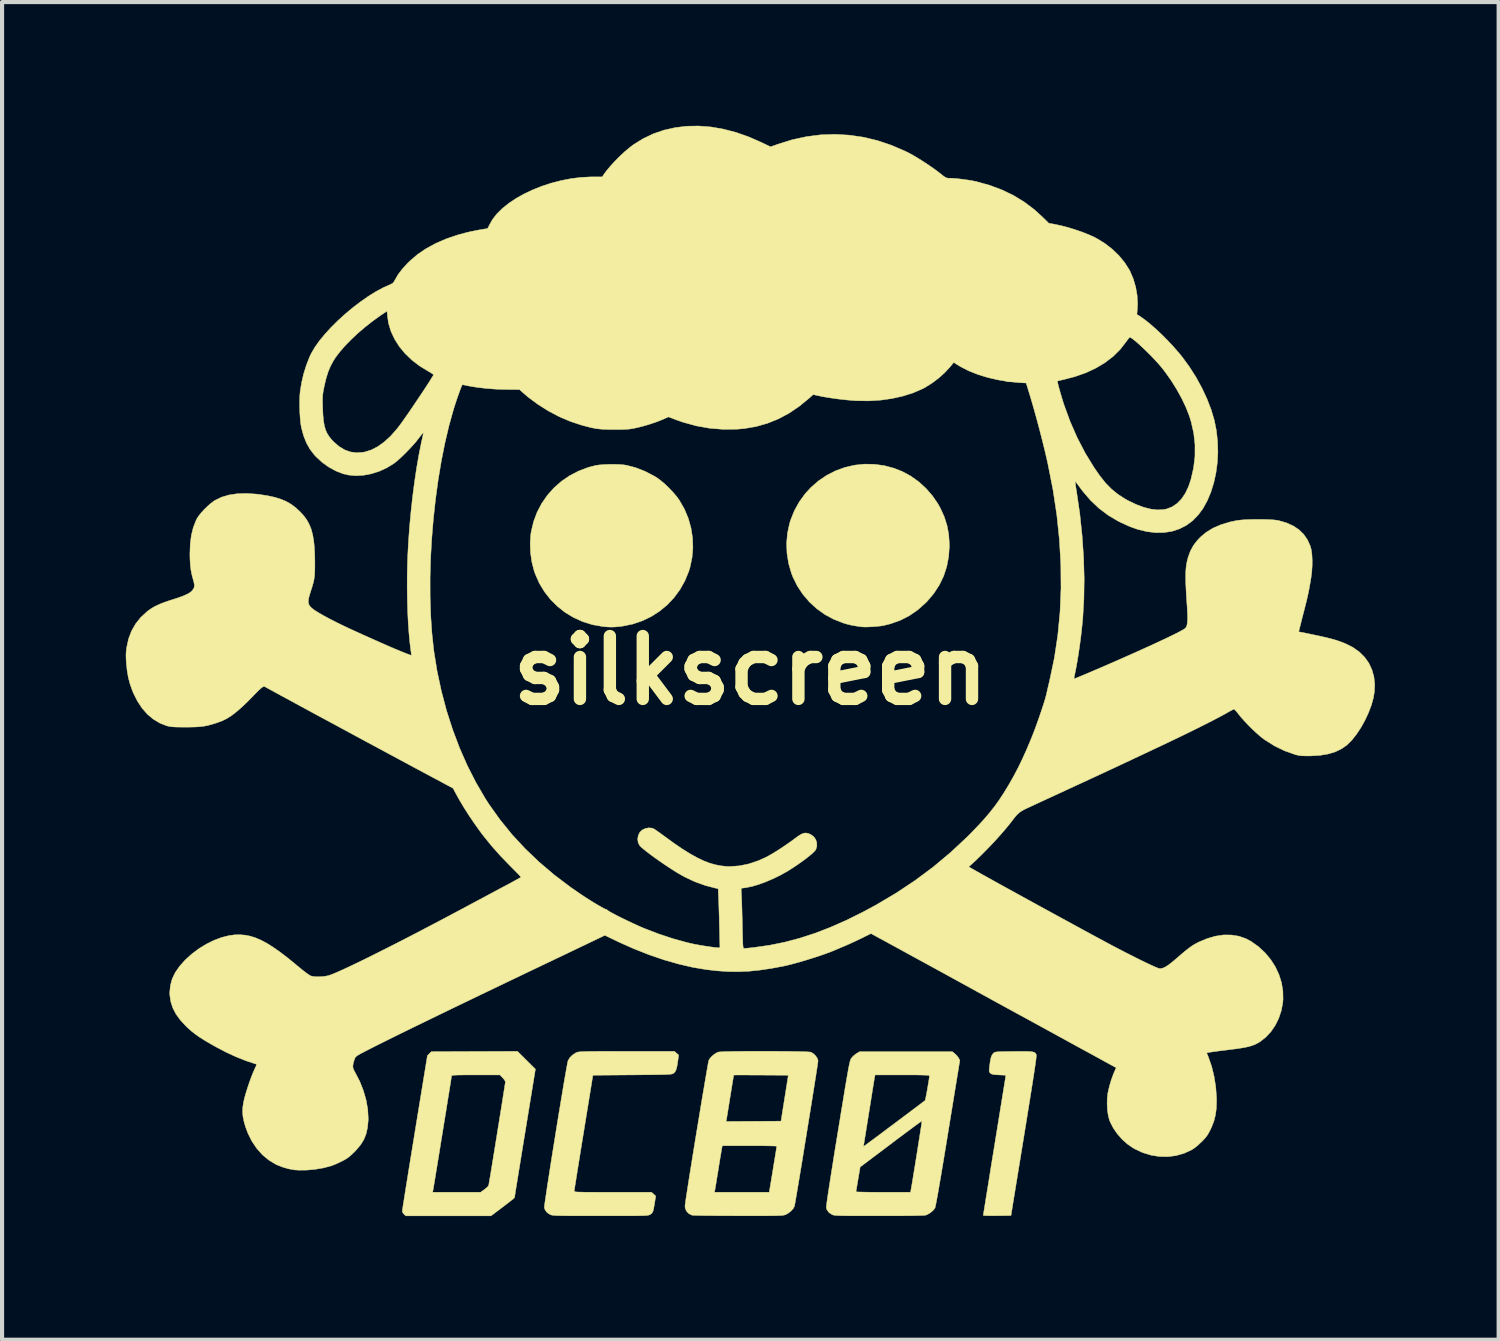
<source format=kicad_pcb>
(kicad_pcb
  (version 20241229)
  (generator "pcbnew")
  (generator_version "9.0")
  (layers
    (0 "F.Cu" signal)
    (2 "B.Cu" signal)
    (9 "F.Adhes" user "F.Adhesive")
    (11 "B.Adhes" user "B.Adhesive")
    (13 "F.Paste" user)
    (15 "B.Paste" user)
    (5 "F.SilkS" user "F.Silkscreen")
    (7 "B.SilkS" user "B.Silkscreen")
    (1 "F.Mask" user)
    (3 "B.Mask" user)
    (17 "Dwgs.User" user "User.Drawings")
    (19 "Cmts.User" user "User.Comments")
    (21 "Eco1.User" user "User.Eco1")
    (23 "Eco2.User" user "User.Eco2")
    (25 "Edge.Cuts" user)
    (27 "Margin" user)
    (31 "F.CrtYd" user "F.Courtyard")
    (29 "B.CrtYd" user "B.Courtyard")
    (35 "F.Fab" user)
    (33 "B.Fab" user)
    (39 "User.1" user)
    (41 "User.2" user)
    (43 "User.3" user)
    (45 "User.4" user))
  (footprint "silkscreen"
    (layer "F.Cu")
    (at 15.149 13.208)
    (property "Reference" "silkscreen" (at 0 0 0) (layer "F.SilkS") (effects (font (size 1.524 1.524) (thickness 0.3))))
    (attr through_hole)
    (fp_poly (pts (xy 3 -5) (xy 3.24 -4.968) (xy 3.477 -4.905) (xy 3.683 -4.824) (xy 3.887 -4.713) (xy 4.079 -4.576) (xy 4.255 -4.415) (xy 4.412 -4.235) (xy 4.546 -4.039) (xy 4.605 -3.932) (xy 4.7 -3.722) (xy 4.766 -3.513) (xy 4.806 -3.299) (xy 4.821 -3.072) (xy 4.822 -3.02) (xy 4.805 -2.766) (xy 4.759 -2.523) (xy 4.684 -2.292) (xy 4.579 -2.074) (xy 4.445 -1.868) (xy 4.282 -1.675) (xy 4.244 -1.637) (xy 4.055 -1.469) (xy 3.852 -1.329) (xy 3.633 -1.217) (xy 3.398 -1.133) (xy 3.224 -1.09) (xy 3.157 -1.079) (xy 3.071 -1.07) (xy 2.976 -1.062) (xy 2.881 -1.057) (xy 2.794 -1.054) (xy 2.725 -1.056) (xy 2.694 -1.058) (xy 2.579 -1.075) (xy 2.488 -1.09) (xy 2.411 -1.106) (xy 2.339 -1.124) (xy 2.265 -1.146) (xy 2.241 -1.154) (xy 2.014 -1.243) (xy 1.8 -1.359) (xy 1.603 -1.5) (xy 1.425 -1.664) (xy 1.269 -1.847) (xy 1.135 -2.048) (xy 1.028 -2.265) (xy 0.994 -2.352) (xy 0.924 -2.592) (xy 0.885 -2.837) (xy 0.875 -3.083) (xy 0.896 -3.327) (xy 0.947 -3.566) (xy 0.97 -3.641) (xy 1.062 -3.872) (xy 1.182 -4.089) (xy 1.329 -4.291) (xy 1.462 -4.435) (xy 1.648 -4.598) (xy 1.85 -4.734) (xy 2.065 -4.843) (xy 2.29 -4.925) (xy 2.523 -4.979) (xy 2.76 -5.004) (xy 3 -5)) (stroke (width 0.01) (type solid)) (fill yes) (layer "F.SilkS"))
    (fp_poly (pts (xy -3.203 -4.996) (xy -3.095 -4.989) (xy -3.012 -4.977) (xy -2.779 -4.916) (xy -2.55 -4.826) (xy -2.332 -4.712) (xy -2.253 -4.662) (xy -2.165 -4.596) (xy -2.067 -4.511) (xy -1.966 -4.413) (xy -1.87 -4.311) (xy -1.786 -4.212) (xy -1.728 -4.131) (xy -1.605 -3.918) (xy -1.51 -3.692) (xy -1.444 -3.458) (xy -1.406 -3.218) (xy -1.397 -2.976) (xy -1.418 -2.735) (xy -1.468 -2.498) (xy -1.495 -2.41) (xy -1.589 -2.179) (xy -1.709 -1.964) (xy -1.852 -1.769) (xy -2.017 -1.593) (xy -2.202 -1.44) (xy -2.405 -1.309) (xy -2.624 -1.204) (xy -2.857 -1.125) (xy -3.102 -1.075) (xy -3.168 -1.066) (xy -3.278 -1.056) (xy -3.371 -1.052) (xy -3.463 -1.055) (xy -3.567 -1.064) (xy -3.589 -1.067) (xy -3.833 -1.11) (xy -4.067 -1.183) (xy -4.287 -1.282) (xy -4.493 -1.406) (xy -4.681 -1.554) (xy -4.851 -1.723) (xy -4.998 -1.911) (xy -5.123 -2.118) (xy -5.221 -2.341) (xy -5.251 -2.429) (xy -5.303 -2.634) (xy -5.334 -2.851) (xy -5.343 -3.07) (xy -5.331 -3.282) (xy -5.317 -3.372) (xy -5.26 -3.612) (xy -5.174 -3.84) (xy -5.062 -4.053) (xy -4.925 -4.25) (xy -4.766 -4.428) (xy -4.586 -4.587) (xy -4.387 -4.723) (xy -4.17 -4.836) (xy -3.938 -4.924) (xy -3.764 -4.969) (xy -3.678 -4.983) (xy -3.57 -4.992) (xy -3.449 -4.998) (xy -3.324 -4.999) (xy -3.203 -4.996)) (stroke (width 0.01) (type solid)) (fill yes) (layer "F.SilkS"))
    (fp_poly (pts (xy 6.726 9.238) (xy 6.792 9.242) (xy 6.841 9.248) (xy 6.875 9.257) (xy 6.898 9.27) (xy 6.914 9.287) (xy 6.926 9.309) (xy 6.931 9.319) (xy 6.931 9.334) (xy 6.929 9.369) (xy 6.923 9.423) (xy 6.913 9.499) (xy 6.899 9.597) (xy 6.881 9.718) (xy 6.859 9.863) (xy 6.832 10.034) (xy 6.801 10.231) (xy 6.765 10.455) (xy 6.724 10.708) (xy 6.679 10.99) (xy 6.631 11.285) (xy 6.316 13.217) (xy 5.979 13.221) (xy 5.88 13.222) (xy 5.792 13.221) (xy 5.72 13.22) (xy 5.67 13.217) (xy 5.645 13.214) (xy 5.643 13.213) (xy 5.646 13.196) (xy 5.653 13.15) (xy 5.665 13.076) (xy 5.681 12.977) (xy 5.7 12.855) (xy 5.723 12.712) (xy 5.75 12.549) (xy 5.779 12.37) (xy 5.81 12.175) (xy 5.843 11.967) (xy 5.879 11.749) (xy 5.916 11.522) (xy 5.918 11.508) (xy 6.192 9.815) (xy 6.021 9.807) (xy 5.943 9.803) (xy 5.89 9.797) (xy 5.855 9.789) (xy 5.831 9.778) (xy 5.815 9.764) (xy 5.799 9.747) (xy 5.79 9.729) (xy 5.786 9.704) (xy 5.788 9.664) (xy 5.795 9.603) (xy 5.8 9.566) (xy 5.814 9.465) (xy 5.83 9.391) (xy 5.85 9.337) (xy 5.875 9.297) (xy 5.896 9.275) (xy 5.908 9.265) (xy 5.924 9.258) (xy 5.946 9.252) (xy 5.979 9.248) (xy 6.026 9.245) (xy 6.092 9.242) (xy 6.179 9.241) (xy 6.292 9.239) (xy 6.385 9.238) (xy 6.526 9.237) (xy 6.638 9.237) (xy 6.726 9.238)) (stroke (width 0.01) (type solid)) (fill yes) (layer "F.SilkS"))
    (fp_poly (pts (xy -5.433 9.451) (xy -5.216 9.667) (xy -5.469 11.218) (xy -5.505 11.436) (xy -5.539 11.645) (xy -5.571 11.843) (xy -5.601 12.028) (xy -5.629 12.198) (xy -5.653 12.351) (xy -5.675 12.483) (xy -5.693 12.594) (xy -5.707 12.682) (xy -5.716 12.743) (xy -5.721 12.776) (xy -5.722 12.782) (xy -5.734 12.795) (xy -5.768 12.824) (xy -5.821 12.866) (xy -5.888 12.918) (xy -5.966 12.978) (xy -6.008 13.01) (xy -6.293 13.225) (xy -8.359 13.225) (xy -8.402 13.187) (xy -8.437 13.143) (xy -8.444 13.104) (xy -8.441 13.083) (xy -8.434 13.032) (xy -8.422 12.954) (xy -8.405 12.85) (xy -8.385 12.723) (xy -8.374 12.652) (xy -7.71 12.652) (xy -6.545 12.652) (xy -6.451 12.585) (xy -6.404 12.547) (xy -6.368 12.512) (xy -6.35 12.486) (xy -6.35 12.485) (xy -6.346 12.463) (xy -6.337 12.412) (xy -6.324 12.335) (xy -6.307 12.237) (xy -6.288 12.119) (xy -6.266 11.985) (xy -6.242 11.837) (xy -6.216 11.678) (xy -6.189 11.512) (xy -6.161 11.341) (xy -6.134 11.168) (xy -6.106 10.996) (xy -6.079 10.828) (xy -6.053 10.667) (xy -6.029 10.516) (xy -6.007 10.377) (xy -5.988 10.255) (xy -5.971 10.15) (xy -5.958 10.067) (xy -5.949 10.009) (xy -5.945 9.978) (xy -5.945 9.974) (xy -5.955 9.947) (xy -5.983 9.908) (xy -6.012 9.875) (xy -6.078 9.807) (xy -6.663 9.807) (xy -6.822 9.807) (xy -6.951 9.808) (xy -7.053 9.809) (xy -7.131 9.811) (xy -7.187 9.814) (xy -7.223 9.818) (xy -7.243 9.822) (xy -7.248 9.827) (xy -7.251 9.845) (xy -7.258 9.892) (xy -7.269 9.965) (xy -7.284 10.061) (xy -7.303 10.178) (xy -7.325 10.312) (xy -7.349 10.46) (xy -7.374 10.621) (xy -7.402 10.792) (xy -7.431 10.968) (xy -7.46 11.149) (xy -7.49 11.331) (xy -7.519 11.511) (xy -7.547 11.687) (xy -7.575 11.856) (xy -7.601 12.014) (xy -7.625 12.16) (xy -7.646 12.291) (xy -7.665 12.404) (xy -7.68 12.495) (xy -7.692 12.563) (xy -7.699 12.605) (xy -7.701 12.617) (xy -7.71 12.652) (xy -8.374 12.652) (xy -8.362 12.575) (xy -8.335 12.407) (xy -8.305 12.222) (xy -8.273 12.021) (xy -8.238 11.807) (xy -8.201 11.582) (xy -8.163 11.347) (xy -8.139 11.198) (xy -7.835 9.338) (xy -7.74 9.243) (xy -5.651 9.235) (xy -5.433 9.451)) (stroke (width 0.01) (type solid)) (fill yes) (layer "F.SilkS"))
    (fp_poly (pts (xy -1.793 9.281) (xy -1.742 9.326) (xy -1.763 9.475) (xy -1.778 9.575) (xy -1.794 9.648) (xy -1.812 9.7) (xy -1.834 9.737) (xy -1.863 9.764) (xy -1.865 9.766) (xy -1.875 9.773) (xy -1.886 9.779) (xy -1.902 9.784) (xy -1.924 9.788) (xy -1.955 9.791) (xy -1.998 9.794) (xy -2.054 9.797) (xy -2.127 9.799) (xy -2.219 9.801) (xy -2.332 9.802) (xy -2.47 9.804) (xy -2.633 9.805) (xy -2.825 9.807) (xy -2.866 9.807) (xy -3.822 9.815) (xy -4.048 11.206) (xy -4.082 11.413) (xy -4.114 11.611) (xy -4.144 11.798) (xy -4.172 11.971) (xy -4.198 12.13) (xy -4.22 12.27) (xy -4.239 12.39) (xy -4.255 12.488) (xy -4.266 12.562) (xy -4.273 12.608) (xy -4.275 12.624) (xy -4.274 12.63) (xy -4.268 12.635) (xy -4.255 12.639) (xy -4.233 12.643) (xy -4.2 12.646) (xy -4.152 12.648) (xy -4.088 12.649) (xy -4.005 12.651) (xy -3.901 12.651) (xy -3.774 12.652) (xy -3.621 12.652) (xy -3.439 12.652) (xy -3.338 12.652) (xy -2.401 12.652) (xy -2.349 12.698) (xy -2.298 12.744) (xy -2.327 12.925) (xy -2.342 13.014) (xy -2.355 13.077) (xy -2.368 13.121) (xy -2.385 13.152) (xy -2.407 13.174) (xy -2.437 13.194) (xy -2.447 13.199) (xy -2.46 13.204) (xy -2.477 13.209) (xy -2.5 13.212) (xy -2.532 13.216) (xy -2.575 13.218) (xy -2.632 13.22) (xy -2.704 13.221) (xy -2.793 13.223) (xy -2.903 13.223) (xy -3.035 13.224) (xy -3.192 13.224) (xy -3.375 13.224) (xy -3.587 13.224) (xy -3.64 13.224) (xy -3.86 13.224) (xy -4.05 13.224) (xy -4.213 13.223) (xy -4.351 13.223) (xy -4.466 13.222) (xy -4.561 13.221) (xy -4.638 13.219) (xy -4.699 13.218) (xy -4.746 13.215) (xy -4.782 13.212) (xy -4.809 13.208) (xy -4.83 13.204) (xy -4.845 13.199) (xy -4.857 13.194) (xy -4.931 13.147) (xy -4.98 13.083) (xy -5 13.027) (xy -4.999 13.004) (xy -4.993 12.953) (xy -4.982 12.875) (xy -4.967 12.773) (xy -4.949 12.65) (xy -4.928 12.508) (xy -4.903 12.349) (xy -4.876 12.176) (xy -4.848 11.991) (xy -4.817 11.797) (xy -4.785 11.597) (xy -4.752 11.392) (xy -4.719 11.186) (xy -4.686 10.98) (xy -4.653 10.777) (xy -4.62 10.58) (xy -4.589 10.391) (xy -4.559 10.213) (xy -4.532 10.048) (xy -4.506 9.898) (xy -4.483 9.766) (xy -4.463 9.654) (xy -4.447 9.566) (xy -4.435 9.502) (xy -4.427 9.467) (xy -4.425 9.462) (xy -4.384 9.391) (xy -4.319 9.326) (xy -4.237 9.272) (xy -4.221 9.265) (xy -4.207 9.259) (xy -4.191 9.255) (xy -4.17 9.25) (xy -4.142 9.247) (xy -4.104 9.244) (xy -4.055 9.242) (xy -3.992 9.24) (xy -3.913 9.238) (xy -3.815 9.237) (xy -3.697 9.236) (xy -3.555 9.236) (xy -3.388 9.236) (xy -3.194 9.235) (xy -3 9.235) (xy -1.844 9.235) (xy -1.793 9.281)) (stroke (width 0.01) (type solid)) (fill yes) (layer "F.SilkS"))
    (fp_poly (pts (xy 0.395 9.233) (xy 0.56 9.234) (xy 0.721 9.235) (xy 0.875 9.236) (xy 1.018 9.238) (xy 1.147 9.24) (xy 1.259 9.243) (xy 1.35 9.246) (xy 1.417 9.25) (xy 1.458 9.254) (xy 1.467 9.256) (xy 1.525 9.292) (xy 1.577 9.342) (xy 1.617 9.4) (xy 1.636 9.455) (xy 1.637 9.468) (xy 1.635 9.491) (xy 1.627 9.543) (xy 1.616 9.622) (xy 1.6 9.725) (xy 1.581 9.849) (xy 1.558 9.992) (xy 1.533 10.151) (xy 1.505 10.325) (xy 1.476 10.509) (xy 1.445 10.703) (xy 1.412 10.903) (xy 1.379 11.107) (xy 1.346 11.313) (xy 1.312 11.518) (xy 1.28 11.719) (xy 1.248 11.914) (xy 1.217 12.101) (xy 1.188 12.277) (xy 1.161 12.44) (xy 1.136 12.586) (xy 1.115 12.714) (xy 1.096 12.821) (xy 1.082 12.905) (xy 1.071 12.963) (xy 1.065 12.993) (xy 1.064 12.995) (xy 1.035 13.049) (xy 0.984 13.105) (xy 0.92 13.157) (xy 0.858 13.192) (xy 0.844 13.198) (xy 0.828 13.203) (xy 0.808 13.208) (xy 0.783 13.212) (xy 0.749 13.215) (xy 0.705 13.217) (xy 0.648 13.219) (xy 0.576 13.221) (xy 0.485 13.222) (xy 0.375 13.223) (xy 0.242 13.223) (xy 0.084 13.223) (xy -0.101 13.223) (xy -0.294 13.223) (xy -0.478 13.222) (xy -0.653 13.222) (xy -0.816 13.221) (xy -0.966 13.219) (xy -1.099 13.218) (xy -1.212 13.216) (xy -1.304 13.214) (xy -1.37 13.212) (xy -1.409 13.21) (xy -1.418 13.209) (xy -1.496 13.171) (xy -1.552 13.113) (xy -1.584 13.039) (xy -1.589 12.988) (xy -1.587 12.962) (xy -1.579 12.907) (xy -1.568 12.825) (xy -1.552 12.721) (xy -1.541 12.652) (xy -0.875 12.652) (xy 0.454 12.652) (xy 0.545 12.1) (xy 0.566 11.971) (xy 0.586 11.853) (xy 0.603 11.747) (xy 0.617 11.659) (xy 0.628 11.592) (xy 0.634 11.55) (xy 0.636 11.536) (xy 0.621 11.533) (xy 0.577 11.531) (xy 0.508 11.529) (xy 0.417 11.527) (xy 0.307 11.525) (xy 0.183 11.524) (xy 0.046 11.524) (xy -0.024 11.524) (xy -0.683 11.524) (xy -0.691 11.56) (xy -0.696 11.584) (xy -0.705 11.635) (xy -0.717 11.71) (xy -0.733 11.803) (xy -0.751 11.912) (xy -0.77 12.031) (xy -0.779 12.088) (xy -0.799 12.211) (xy -0.818 12.325) (xy -0.834 12.426) (xy -0.848 12.509) (xy -0.859 12.572) (xy -0.865 12.609) (xy -0.867 12.617) (xy -0.875 12.652) (xy -1.541 12.652) (xy -1.533 12.594) (xy -1.51 12.45) (xy -1.485 12.289) (xy -1.457 12.114) (xy -1.427 11.928) (xy -1.396 11.734) (xy -1.363 11.533) (xy -1.33 11.328) (xy -1.296 11.122) (xy -1.265 10.936) (xy -0.592 10.936) (xy 0.739 10.928) (xy 0.916 9.815) (xy 0.257 9.811) (xy 0.115 9.81) (xy -0.016 9.81) (xy -0.134 9.809) (xy -0.234 9.809) (xy -0.315 9.809) (xy -0.372 9.81) (xy -0.402 9.811) (xy -0.406 9.811) (xy -0.41 9.827) (xy -0.417 9.871) (xy -0.429 9.939) (xy -0.443 10.027) (xy -0.46 10.131) (xy -0.479 10.249) (xy -0.493 10.332) (xy -0.513 10.458) (xy -0.532 10.576) (xy -0.549 10.681) (xy -0.563 10.769) (xy -0.574 10.837) (xy -0.581 10.88) (xy -0.584 10.892) (xy -0.592 10.936) (xy -1.265 10.936) (xy -1.262 10.918) (xy -1.229 10.716) (xy -1.197 10.521) (xy -1.166 10.335) (xy -1.136 10.16) (xy -1.109 9.998) (xy -1.084 9.853) (xy -1.062 9.726) (xy -1.044 9.62) (xy -1.029 9.537) (xy -1.018 9.481) (xy -1.011 9.452) (xy -1.011 9.451) (xy -0.979 9.4) (xy -0.927 9.346) (xy -0.866 9.297) (xy -0.805 9.262) (xy -0.782 9.254) (xy -0.752 9.249) (xy -0.694 9.246) (xy -0.611 9.242) (xy -0.506 9.24) (xy -0.383 9.237) (xy -0.245 9.236) (xy -0.095 9.234) (xy 0.064 9.234) (xy 0.228 9.233) (xy 0.395 9.233)) (stroke (width 0.01) (type solid)) (fill yes) (layer "F.SilkS"))
    (fp_poly (pts (xy 4.954 9.292) (xy 4.998 9.334) (xy 5.036 9.382) (xy 5.045 9.397) (xy 5.076 9.452) (xy 4.787 11.222) (xy 4.738 11.524) (xy 4.693 11.796) (xy 4.653 12.038) (xy 4.617 12.252) (xy 4.585 12.438) (xy 4.558 12.597) (xy 4.534 12.73) (xy 4.514 12.839) (xy 4.498 12.923) (xy 4.485 12.984) (xy 4.476 13.023) (xy 4.47 13.04) (xy 4.427 13.093) (xy 4.365 13.146) (xy 4.297 13.188) (xy 4.248 13.208) (xy 4.218 13.212) (xy 4.157 13.215) (xy 4.067 13.217) (xy 3.947 13.22) (xy 3.798 13.222) (xy 3.621 13.223) (xy 3.418 13.224) (xy 3.188 13.224) (xy 3.115 13.224) (xy 2.904 13.224) (xy 2.722 13.224) (xy 2.567 13.223) (xy 2.436 13.223) (xy 2.328 13.222) (xy 2.24 13.221) (xy 2.169 13.219) (xy 2.114 13.217) (xy 2.071 13.214) (xy 2.039 13.211) (xy 2.015 13.207) (xy 1.997 13.202) (xy 1.982 13.196) (xy 1.978 13.194) (xy 1.904 13.146) (xy 1.855 13.082) (xy 1.838 13.029) (xy 1.838 13.004) (xy 1.845 12.948) (xy 1.856 12.861) (xy 1.873 12.745) (xy 1.888 12.64) (xy 2.559 12.64) (xy 2.559 12.64) (xy 2.574 12.643) (xy 2.618 12.645) (xy 2.687 12.647) (xy 2.778 12.649) (xy 2.888 12.651) (xy 3.012 12.652) (xy 3.149 12.652) (xy 3.218 12.652) (xy 3.878 12.652) (xy 3.886 12.617) (xy 3.892 12.588) (xy 3.901 12.532) (xy 3.915 12.454) (xy 3.931 12.357) (xy 3.949 12.244) (xy 3.97 12.118) (xy 3.992 11.984) (xy 4.014 11.844) (xy 4.037 11.703) (xy 4.059 11.563) (xy 4.08 11.429) (xy 4.1 11.303) (xy 4.118 11.189) (xy 4.133 11.091) (xy 4.145 11.013) (xy 4.153 10.956) (xy 4.157 10.927) (xy 4.157 10.923) (xy 4.143 10.931) (xy 4.107 10.957) (xy 4.049 10.998) (xy 3.973 11.054) (xy 3.881 11.122) (xy 3.774 11.202) (xy 3.656 11.29) (xy 3.527 11.386) (xy 3.405 11.479) (xy 2.659 12.04) (xy 2.609 12.334) (xy 2.593 12.428) (xy 2.579 12.51) (xy 2.568 12.576) (xy 2.561 12.621) (xy 2.559 12.64) (xy 1.888 12.64) (xy 1.895 12.598) (xy 1.922 12.423) (xy 1.954 12.218) (xy 1.991 11.985) (xy 2.032 11.724) (xy 2.063 11.535) (xy 2.741 11.535) (xy 2.744 11.54) (xy 2.758 11.53) (xy 2.794 11.504) (xy 2.852 11.461) (xy 2.928 11.405) (xy 3.021 11.336) (xy 3.128 11.257) (xy 3.246 11.168) (xy 3.374 11.072) (xy 3.486 10.989) (xy 3.62 10.888) (xy 3.747 10.793) (xy 3.864 10.705) (xy 3.969 10.626) (xy 4.06 10.558) (xy 4.134 10.502) (xy 4.189 10.46) (xy 4.223 10.435) (xy 4.233 10.427) (xy 4.239 10.409) (xy 4.248 10.366) (xy 4.261 10.304) (xy 4.275 10.228) (xy 4.29 10.145) (xy 4.304 10.06) (xy 4.318 9.98) (xy 4.329 9.91) (xy 4.336 9.857) (xy 4.339 9.827) (xy 4.333 9.822) (xy 4.312 9.818) (xy 4.274 9.814) (xy 4.218 9.812) (xy 4.14 9.81) (xy 4.038 9.808) (xy 3.91 9.808) (xy 3.753 9.807) (xy 3.68 9.807) (xy 3.021 9.807) (xy 3.013 9.843) (xy 3.009 9.865) (xy 3 9.916) (xy 2.988 9.992) (xy 2.972 10.089) (xy 2.953 10.206) (xy 2.932 10.339) (xy 2.909 10.484) (xy 2.884 10.639) (xy 2.877 10.681) (xy 2.852 10.838) (xy 2.829 10.985) (xy 2.807 11.121) (xy 2.788 11.241) (xy 2.771 11.343) (xy 2.758 11.424) (xy 2.749 11.48) (xy 2.744 11.509) (xy 2.743 11.512) (xy 2.741 11.535) (xy 2.063 11.535) (xy 2.079 11.436) (xy 2.114 11.221) (xy 2.159 10.948) (xy 2.198 10.705) (xy 2.234 10.49) (xy 2.265 10.3) (xy 2.292 10.135) (xy 2.316 9.993) (xy 2.337 9.871) (xy 2.355 9.769) (xy 2.37 9.683) (xy 2.383 9.613) (xy 2.395 9.557) (xy 2.405 9.512) (xy 2.413 9.478) (xy 2.421 9.452) (xy 2.428 9.432) (xy 2.435 9.418) (xy 2.442 9.406) (xy 2.444 9.402) (xy 2.485 9.356) (xy 2.538 9.311) (xy 2.566 9.291) (xy 2.644 9.243) (xy 4.893 9.243) (xy 4.954 9.292)) (stroke (width 0.01) (type solid)) (fill yes) (layer "F.SilkS"))
    (fp_poly (pts (xy -0.962 -13.18) (xy -0.66 -13.128) (xy -0.355 -13.049) (xy -0.047 -12.941) (xy 0.239 -12.816) (xy 0.486 -12.698) (xy 0.668 -12.763) (xy 1.012 -12.87) (xy 1.358 -12.945) (xy 1.704 -12.989) (xy 2.051 -13.001) (xy 2.397 -12.981) (xy 2.741 -12.931) (xy 3.082 -12.849) (xy 3.42 -12.735) (xy 3.753 -12.591) (xy 3.846 -12.545) (xy 3.95 -12.488) (xy 4.07 -12.416) (xy 4.2 -12.334) (xy 4.331 -12.247) (xy 4.455 -12.161) (xy 4.564 -12.079) (xy 4.603 -12.049) (xy 4.664 -12) (xy 4.708 -11.968) (xy 4.741 -11.95) (xy 4.771 -11.94) (xy 4.806 -11.937) (xy 4.839 -11.937) (xy 4.919 -11.934) (xy 5.02 -11.925) (xy 5.133 -11.912) (xy 5.249 -11.896) (xy 5.359 -11.879) (xy 5.454 -11.86) (xy 5.468 -11.857) (xy 5.791 -11.768) (xy 6.092 -11.656) (xy 6.372 -11.522) (xy 6.633 -11.363) (xy 6.877 -11.18) (xy 7.077 -10.998) (xy 7.233 -10.845) (xy 7.348 -10.825) (xy 7.512 -10.791) (xy 7.688 -10.746) (xy 7.867 -10.691) (xy 8.042 -10.631) (xy 8.204 -10.567) (xy 8.346 -10.502) (xy 8.392 -10.478) (xy 8.591 -10.356) (xy 8.773 -10.215) (xy 8.935 -10.059) (xy 9.073 -9.891) (xy 9.184 -9.716) (xy 9.203 -9.68) (xy 9.282 -9.495) (xy 9.34 -9.296) (xy 9.375 -9.093) (xy 9.386 -8.894) (xy 9.382 -8.796) (xy 9.369 -8.634) (xy 9.439 -8.591) (xy 9.554 -8.51) (xy 9.683 -8.408) (xy 9.821 -8.287) (xy 9.965 -8.153) (xy 10.108 -8.009) (xy 10.249 -7.859) (xy 10.381 -7.708) (xy 10.474 -7.594) (xy 10.645 -7.359) (xy 10.804 -7.109) (xy 10.946 -6.849) (xy 11.069 -6.585) (xy 11.17 -6.324) (xy 11.245 -6.071) (xy 11.247 -6.064) (xy 11.297 -5.814) (xy 11.325 -5.559) (xy 11.333 -5.302) (xy 11.32 -5.046) (xy 11.287 -4.797) (xy 11.235 -4.557) (xy 11.165 -4.33) (xy 11.077 -4.119) (xy 10.972 -3.929) (xy 10.858 -3.774) (xy 10.722 -3.633) (xy 10.569 -3.52) (xy 10.402 -3.434) (xy 10.222 -3.375) (xy 10.03 -3.345) (xy 9.827 -3.342) (xy 9.614 -3.367) (xy 9.393 -3.42) (xy 9.193 -3.491) (xy 8.924 -3.615) (xy 8.676 -3.762) (xy 8.45 -3.932) (xy 8.244 -4.127) (xy 8.056 -4.346) (xy 8.011 -4.406) (xy 7.963 -4.472) (xy 7.922 -4.526) (xy 7.891 -4.565) (xy 7.874 -4.585) (xy 7.871 -4.586) (xy 7.872 -4.57) (xy 7.877 -4.527) (xy 7.886 -4.464) (xy 7.898 -4.386) (xy 7.906 -4.337) (xy 7.984 -3.805) (xy 8.04 -3.275) (xy 8.076 -2.751) (xy 8.091 -2.236) (xy 8.084 -1.735) (xy 8.056 -1.251) (xy 8.026 -0.954) (xy 8.004 -0.769) (xy 7.978 -0.58) (xy 7.951 -0.395) (xy 7.923 -0.222) (xy 7.895 -0.068) (xy 7.877 0.024) (xy 7.862 0.094) (xy 7.851 0.151) (xy 7.844 0.19) (xy 7.843 0.203) (xy 7.859 0.198) (xy 7.9 0.182) (xy 7.964 0.156) (xy 8.048 0.121) (xy 8.148 0.079) (xy 8.261 0.031) (xy 8.384 -0.022) (xy 8.515 -0.078) (xy 8.649 -0.136) (xy 8.784 -0.195) (xy 8.83 -0.215) (xy 9.082 -0.326) (xy 9.319 -0.431) (xy 9.54 -0.531) (xy 9.743 -0.623) (xy 9.926 -0.708) (xy 10.089 -0.785) (xy 10.23 -0.853) (xy 10.347 -0.911) (xy 10.439 -0.96) (xy 10.504 -0.997) (xy 10.542 -1.023) (xy 10.545 -1.025) (xy 10.568 -1.057) (xy 10.584 -1.104) (xy 10.594 -1.171) (xy 10.598 -1.259) (xy 10.596 -1.372) (xy 10.589 -1.513) (xy 10.586 -1.564) (xy 10.572 -1.766) (xy 10.562 -1.941) (xy 10.555 -2.09) (xy 10.552 -2.219) (xy 10.552 -2.329) (xy 10.556 -2.425) (xy 10.563 -2.51) (xy 10.574 -2.588) (xy 10.589 -2.661) (xy 10.608 -2.734) (xy 10.611 -2.745) (xy 10.666 -2.896) (xy 10.741 -3.033) (xy 10.841 -3.162) (xy 10.911 -3.235) (xy 11.051 -3.352) (xy 11.215 -3.452) (xy 11.404 -3.534) (xy 11.618 -3.599) (xy 11.779 -3.634) (xy 11.859 -3.645) (xy 11.961 -3.654) (xy 12.079 -3.66) (xy 12.207 -3.663) (xy 12.339 -3.664) (xy 12.468 -3.662) (xy 12.588 -3.658) (xy 12.692 -3.651) (xy 12.774 -3.641) (xy 12.807 -3.635) (xy 12.996 -3.58) (xy 13.16 -3.506) (xy 13.298 -3.414) (xy 13.413 -3.302) (xy 13.505 -3.17) (xy 13.574 -3.017) (xy 13.575 -3.015) (xy 13.598 -2.926) (xy 13.613 -2.812) (xy 13.62 -2.681) (xy 13.619 -2.539) (xy 13.61 -2.393) (xy 13.592 -2.249) (xy 13.591 -2.242) (xy 13.567 -2.101) (xy 13.544 -1.973) (xy 13.519 -1.849) (xy 13.49 -1.721) (xy 13.455 -1.58) (xy 13.414 -1.417) (xy 13.413 -1.415) (xy 13.373 -1.26) (xy 13.342 -1.136) (xy 13.318 -1.043) (xy 13.302 -0.979) (xy 13.295 -0.944) (xy 13.294 -0.938) (xy 13.317 -0.934) (xy 13.365 -0.925) (xy 13.432 -0.912) (xy 13.512 -0.895) (xy 13.6 -0.877) (xy 13.689 -0.858) (xy 13.774 -0.84) (xy 13.849 -0.824) (xy 13.9 -0.812) (xy 14.03 -0.781) (xy 14.136 -0.753) (xy 14.229 -0.725) (xy 14.317 -0.694) (xy 14.408 -0.658) (xy 14.425 -0.652) (xy 14.604 -0.562) (xy 14.759 -0.453) (xy 14.888 -0.326) (xy 14.991 -0.183) (xy 15.067 -0.023) (xy 15.116 0.151) (xy 15.136 0.338) (xy 15.129 0.511) (xy 15.102 0.672) (xy 15.053 0.846) (xy 14.984 1.027) (xy 14.899 1.209) (xy 14.801 1.386) (xy 14.692 1.55) (xy 14.575 1.697) (xy 14.575 1.697) (xy 14.458 1.811) (xy 14.325 1.903) (xy 14.174 1.975) (xy 14.003 2.026) (xy 13.81 2.058) (xy 13.593 2.071) (xy 13.566 2.072) (xy 13.468 2.072) (xy 13.393 2.07) (xy 13.334 2.066) (xy 13.283 2.058) (xy 13.231 2.045) (xy 13.201 2.037) (xy 12.948 1.947) (xy 12.707 1.83) (xy 12.476 1.685) (xy 12.422 1.646) (xy 12.343 1.582) (xy 12.25 1.5) (xy 12.151 1.406) (xy 12.052 1.306) (xy 11.959 1.207) (xy 11.88 1.116) (xy 11.842 1.069) (xy 11.799 1.015) (xy 11.761 0.971) (xy 11.734 0.944) (xy 11.724 0.938) (xy 11.704 0.945) (xy 11.663 0.966) (xy 11.606 0.997) (xy 11.541 1.034) (xy 11.54 1.035) (xy 11.459 1.08) (xy 11.352 1.137) (xy 11.224 1.204) (xy 11.075 1.28) (xy 10.911 1.363) (xy 10.733 1.451) (xy 10.546 1.543) (xy 10.352 1.637) (xy 10.155 1.731) (xy 9.957 1.825) (xy 9.942 1.832) (xy 9.742 1.927) (xy 9.56 2.012) (xy 9.395 2.09) (xy 9.244 2.161) (xy 9.104 2.227) (xy 8.972 2.289) (xy 8.846 2.348) (xy 8.722 2.405) (xy 8.599 2.463) (xy 8.472 2.522) (xy 8.34 2.583) (xy 8.2 2.648) (xy 8.049 2.718) (xy 7.884 2.794) (xy 7.702 2.878) (xy 7.501 2.971) (xy 7.278 3.074) (xy 7.031 3.188) (xy 6.906 3.246) (xy 6.791 3.299) (xy 6.699 3.342) (xy 6.627 3.377) (xy 6.57 3.41) (xy 6.523 3.442) (xy 6.482 3.478) (xy 6.441 3.52) (xy 6.398 3.573) (xy 6.346 3.64) (xy 6.297 3.704) (xy 6.188 3.838) (xy 6.06 3.986) (xy 5.919 4.142) (xy 5.769 4.3) (xy 5.617 4.455) (xy 5.469 4.599) (xy 5.352 4.706) (xy 5.291 4.761) (xy 5.383 4.814) (xy 5.46 4.857) (xy 5.562 4.915) (xy 5.687 4.985) (xy 5.832 5.065) (xy 5.995 5.156) (xy 6.174 5.255) (xy 6.365 5.36) (xy 6.567 5.471) (xy 6.777 5.586) (xy 6.991 5.704) (xy 7.209 5.823) (xy 7.427 5.942) (xy 7.643 6.06) (xy 7.854 6.175) (xy 8.057 6.286) (xy 8.251 6.391) (xy 8.433 6.489) (xy 8.594 6.576) (xy 8.752 6.661) (xy 8.911 6.744) (xy 9.068 6.826) (xy 9.22 6.903) (xy 9.364 6.976) (xy 9.498 7.042) (xy 9.618 7.1) (xy 9.722 7.149) (xy 9.807 7.187) (xy 9.87 7.213) (xy 9.908 7.226) (xy 9.913 7.227) (xy 9.959 7.227) (xy 10.01 7.213) (xy 10.069 7.184) (xy 10.14 7.137) (xy 10.225 7.071) (xy 10.329 6.983) (xy 10.33 6.982) (xy 10.442 6.885) (xy 10.535 6.807) (xy 10.614 6.745) (xy 10.683 6.694) (xy 10.745 6.653) (xy 10.807 6.618) (xy 10.864 6.588) (xy 11.072 6.501) (xy 11.275 6.442) (xy 11.471 6.413) (xy 11.66 6.414) (xy 11.841 6.443) (xy 12.011 6.502) (xy 12.134 6.567) (xy 12.315 6.695) (xy 12.475 6.843) (xy 12.612 7.007) (xy 12.726 7.185) (xy 12.814 7.374) (xy 12.876 7.571) (xy 12.909 7.773) (xy 12.913 7.978) (xy 12.906 8.059) (xy 12.87 8.251) (xy 12.808 8.435) (xy 12.724 8.605) (xy 12.619 8.759) (xy 12.495 8.892) (xy 12.356 9.001) (xy 12.33 9.017) (xy 12.276 9.048) (xy 12.22 9.074) (xy 12.159 9.097) (xy 12.088 9.118) (xy 12.004 9.137) (xy 11.903 9.155) (xy 11.782 9.173) (xy 11.635 9.192) (xy 11.484 9.211) (xy 11.384 9.223) (xy 11.29 9.235) (xy 11.206 9.247) (xy 11.137 9.258) (xy 11.088 9.266) (xy 11.064 9.272) (xy 11.063 9.273) (xy 11.068 9.289) (xy 11.083 9.326) (xy 11.103 9.376) (xy 11.104 9.379) (xy 11.182 9.602) (xy 11.241 9.844) (xy 11.281 10.098) (xy 11.3 10.357) (xy 11.301 10.449) (xy 11.295 10.626) (xy 11.273 10.783) (xy 11.236 10.93) (xy 11.179 11.076) (xy 11.148 11.141) (xy 11.108 11.218) (xy 11.069 11.28) (xy 11.022 11.34) (xy 10.96 11.407) (xy 10.937 11.429) (xy 10.85 11.511) (xy 10.766 11.579) (xy 10.695 11.625) (xy 10.511 11.709) (xy 10.317 11.764) (xy 10.118 11.79) (xy 9.915 11.786) (xy 9.712 11.753) (xy 9.511 11.692) (xy 9.316 11.601) (xy 9.268 11.573) (xy 9.134 11.48) (xy 9.007 11.365) (xy 8.893 11.235) (xy 8.797 11.096) (xy 8.724 10.955) (xy 8.701 10.896) (xy 8.673 10.784) (xy 8.654 10.653) (xy 8.647 10.512) (xy 8.65 10.372) (xy 8.665 10.243) (xy 8.67 10.221) (xy 8.704 10.076) (xy 8.747 9.93) (xy 8.796 9.795) (xy 8.822 9.732) (xy 8.867 9.633) (xy 8.594 9.484) (xy 8.483 9.423) (xy 8.357 9.354) (xy 8.228 9.283) (xy 8.108 9.218) (xy 8.051 9.187) (xy 7.978 9.147) (xy 7.882 9.095) (xy 7.768 9.032) (xy 7.639 8.961) (xy 7.5 8.885) (xy 7.356 8.806) (xy 7.211 8.727) (xy 7.137 8.686) (xy 6.992 8.607) (xy 6.846 8.527) (xy 6.702 8.448) (xy 6.564 8.373) (xy 6.439 8.305) (xy 6.33 8.245) (xy 6.241 8.197) (xy 6.207 8.178) (xy 6.129 8.135) (xy 6.028 8.08) (xy 5.909 8.015) (xy 5.777 7.942) (xy 5.636 7.865) (xy 5.492 7.786) (xy 5.35 7.708) (xy 5.309 7.685) (xy 5.141 7.593) (xy 4.982 7.506) (xy 4.829 7.422) (xy 4.677 7.338) (xy 4.523 7.254) (xy 4.364 7.167) (xy 4.194 7.074) (xy 4.01 6.974) (xy 3.809 6.864) (xy 3.587 6.742) (xy 3.42 6.651) (xy 2.921 6.379) (xy 2.688 6.494) (xy 2.594 6.539) (xy 2.494 6.586) (xy 2.399 6.63) (xy 2.318 6.665) (xy 2.297 6.675) (xy 2.22 6.707) (xy 2.143 6.739) (xy 2.078 6.767) (xy 2.05 6.779) (xy 1.943 6.823) (xy 1.813 6.871) (xy 1.664 6.922) (xy 1.505 6.974) (xy 1.341 7.025) (xy 1.18 7.072) (xy 1.028 7.114) (xy 0.892 7.149) (xy 0.801 7.169) (xy 0.502 7.225) (xy 0.224 7.266) (xy -0.04 7.293) (xy -0.296 7.304) (xy -0.55 7.301) (xy -0.809 7.283) (xy -1.065 7.254) (xy -1.396 7.199) (xy -1.741 7.119) (xy -2.098 7.017) (xy -2.461 6.893) (xy -2.826 6.749) (xy -3.19 6.587) (xy -3.24 6.563) (xy -3.532 6.422) (xy -4.043 6.667) (xy -4.19 6.737) (xy -4.357 6.817) (xy -4.535 6.902) (xy -4.715 6.988) (xy -4.889 7.071) (xy -5.047 7.146) (xy -5.086 7.165) (xy -5.472 7.349) (xy -5.847 7.529) (xy -6.21 7.703) (xy -6.561 7.871) (xy -6.897 8.033) (xy -7.219 8.188) (xy -7.524 8.336) (xy -7.812 8.476) (xy -8.082 8.607) (xy -8.332 8.729) (xy -8.562 8.842) (xy -8.77 8.945) (xy -8.955 9.037) (xy -9.117 9.118) (xy -9.253 9.187) (xy -9.364 9.244) (xy -9.447 9.288) (xy -9.476 9.304) (xy -9.532 9.337) (xy -9.567 9.364) (xy -9.589 9.393) (xy -9.604 9.431) (xy -9.607 9.438) (xy -9.631 9.519) (xy -9.642 9.58) (xy -9.64 9.631) (xy -9.623 9.682) (xy -9.591 9.743) (xy -9.586 9.751) (xy -9.475 9.965) (xy -9.387 10.188) (xy -9.322 10.415) (xy -9.282 10.639) (xy -9.27 10.856) (xy -9.271 10.912) (xy -9.287 11.083) (xy -9.32 11.233) (xy -9.373 11.368) (xy -9.45 11.495) (xy -9.553 11.62) (xy -9.607 11.676) (xy -9.678 11.744) (xy -9.737 11.795) (xy -9.796 11.837) (xy -9.863 11.876) (xy -9.91 11.9) (xy -9.988 11.938) (xy -10.068 11.973) (xy -10.139 12.002) (xy -10.173 12.014) (xy -10.356 12.062) (xy -10.554 12.096) (xy -10.756 12.115) (xy -10.949 12.117) (xy -11.06 12.11) (xy -11.194 12.086) (xy -11.337 12.046) (xy -11.475 11.992) (xy -11.516 11.973) (xy -11.684 11.871) (xy -11.837 11.743) (xy -11.973 11.59) (xy -12.091 11.415) (xy -12.188 11.221) (xy -12.244 11.071) (xy -12.284 10.933) (xy -12.308 10.813) (xy -12.317 10.7) (xy -12.311 10.585) (xy -12.294 10.473) (xy -12.273 10.378) (xy -12.241 10.262) (xy -12.201 10.134) (xy -12.157 10.002) (xy -12.11 9.872) (xy -12.064 9.755) (xy -12.021 9.657) (xy -12.008 9.63) (xy -11.986 9.582) (xy -11.98 9.555) (xy -11.988 9.546) (xy -12.229 9.466) (xy -12.471 9.37) (xy -12.72 9.255) (xy -12.98 9.118) (xy -13.081 9.061) (xy -13.231 8.973) (xy -13.357 8.894) (xy -13.465 8.817) (xy -13.562 8.741) (xy -13.654 8.659) (xy -13.691 8.623) (xy -13.827 8.476) (xy -13.932 8.331) (xy -14.009 8.183) (xy -14.058 8.031) (xy -14.081 7.872) (xy -14.083 7.802) (xy -14.067 7.637) (xy -14.023 7.476) (xy -13.951 7.327) (xy -13.95 7.324) (xy -13.839 7.166) (xy -13.705 7.016) (xy -13.55 6.876) (xy -13.38 6.748) (xy -13.199 6.637) (xy -13.012 6.544) (xy -12.824 6.473) (xy -12.638 6.427) (xy -12.506 6.41) (xy -12.378 6.408) (xy -12.253 6.418) (xy -12.127 6.443) (xy -11.998 6.484) (xy -11.865 6.542) (xy -11.724 6.617) (xy -11.573 6.712) (xy -11.409 6.827) (xy -11.23 6.964) (xy -11.033 7.124) (xy -11.002 7.151) (xy -10.901 7.234) (xy -10.813 7.304) (xy -10.741 7.357) (xy -10.687 7.393) (xy -10.658 7.408) (xy -10.592 7.422) (xy -10.507 7.427) (xy -10.411 7.425) (xy -10.316 7.415) (xy -10.239 7.4) (xy -10.179 7.38) (xy -10.093 7.346) (xy -9.982 7.298) (xy -9.847 7.237) (xy -9.691 7.164) (xy -9.514 7.079) (xy -9.319 6.984) (xy -9.106 6.878) (xy -8.877 6.763) (xy -8.634 6.64) (xy -8.378 6.509) (xy -8.111 6.371) (xy -7.834 6.226) (xy -7.548 6.076) (xy -7.256 5.921) (xy -6.958 5.763) (xy -6.875 5.718) (xy -6.744 5.648) (xy -6.602 5.572) (xy -6.457 5.495) (xy -6.318 5.42) (xy -6.191 5.352) (xy -6.088 5.297) (xy -5.939 5.218) (xy -5.814 5.151) (xy -5.713 5.096) (xy -5.637 5.054) (xy -5.588 5.026) (xy -5.565 5.013) (xy -5.565 5.012) (xy -5.574 5) (xy -5.602 4.969) (xy -5.647 4.922) (xy -5.706 4.862) (xy -5.775 4.792) (xy -5.822 4.745) (xy -6.063 4.496) (xy -6.279 4.253) (xy -6.475 4.011) (xy -6.552 3.91) (xy -6.695 3.71) (xy -6.833 3.506) (xy -6.96 3.306) (xy -7.073 3.115) (xy -7.146 2.982) (xy -7.213 2.856) (xy -7.648 2.623) (xy -7.845 2.518) (xy -8.06 2.403) (xy -8.289 2.28) (xy -8.53 2.15) (xy -8.781 2.015) (xy -9.038 1.876) (xy -9.3 1.736) (xy -9.562 1.594) (xy -9.823 1.453) (xy -10.08 1.314) (xy -10.331 1.179) (xy -10.572 1.049) (xy -10.8 0.925) (xy -11.014 0.809) (xy -11.21 0.702) (xy -11.386 0.607) (xy -11.54 0.523) (xy -11.657 0.459) (xy -11.798 0.382) (xy -11.848 0.413) (xy -11.875 0.435) (xy -11.92 0.475) (xy -11.975 0.53) (xy -12.038 0.594) (xy -12.076 0.634) (xy -12.192 0.752) (xy -12.311 0.866) (xy -12.427 0.969) (xy -12.534 1.056) (xy -12.605 1.107) (xy -12.704 1.169) (xy -12.812 1.221) (xy -12.938 1.268) (xy -12.986 1.284) (xy -13.084 1.313) (xy -13.173 1.336) (xy -13.26 1.352) (xy -13.352 1.363) (xy -13.455 1.37) (xy -13.577 1.373) (xy -13.709 1.374) (xy -13.826 1.373) (xy -13.917 1.372) (xy -13.987 1.369) (xy -14.043 1.364) (xy -14.089 1.357) (xy -14.132 1.348) (xy -14.157 1.341) (xy -14.324 1.276) (xy -14.48 1.182) (xy -14.624 1.062) (xy -14.753 0.915) (xy -14.867 0.743) (xy -14.965 0.548) (xy -14.995 0.473) (xy -15.048 0.32) (xy -15.088 0.168) (xy -15.116 0.007) (xy -15.134 -0.167) (xy -15.141 -0.267) (xy -15.144 -0.347) (xy -15.143 -0.416) (xy -15.137 -0.485) (xy -15.127 -0.559) (xy -15.082 -0.767) (xy -15.01 -0.957) (xy -14.912 -1.129) (xy -14.787 -1.286) (xy -14.634 -1.427) (xy -14.629 -1.432) (xy -14.545 -1.493) (xy -14.456 -1.547) (xy -14.355 -1.596) (xy -14.237 -1.644) (xy -14.096 -1.693) (xy -14.014 -1.719) (xy -13.872 -1.765) (xy -13.758 -1.807) (xy -13.669 -1.846) (xy -13.602 -1.883) (xy -13.554 -1.921) (xy -13.537 -1.94) (xy -13.505 -1.983) (xy -13.488 -2.025) (xy -13.485 -2.074) (xy -13.497 -2.137) (xy -13.516 -2.207) (xy -13.548 -2.328) (xy -13.571 -2.448) (xy -13.585 -2.578) (xy -13.593 -2.724) (xy -13.594 -2.837) (xy -13.586 -3.069) (xy -13.559 -3.278) (xy -13.513 -3.465) (xy -13.448 -3.633) (xy -13.425 -3.68) (xy -13.383 -3.745) (xy -13.322 -3.821) (xy -13.248 -3.903) (xy -13.167 -3.982) (xy -13.086 -4.053) (xy -13.011 -4.109) (xy -12.99 -4.123) (xy -12.831 -4.201) (xy -12.65 -4.255) (xy -12.448 -4.286) (xy -12.225 -4.293) (xy -11.98 -4.277) (xy -11.906 -4.268) (xy -11.708 -4.237) (xy -11.537 -4.2) (xy -11.388 -4.154) (xy -11.256 -4.098) (xy -11.137 -4.029) (xy -11.026 -3.945) (xy -10.918 -3.845) (xy -10.916 -3.843) (xy -10.83 -3.748) (xy -10.758 -3.649) (xy -10.7 -3.543) (xy -10.653 -3.426) (xy -10.618 -3.295) (xy -10.592 -3.147) (xy -10.575 -2.976) (xy -10.566 -2.78) (xy -10.564 -2.631) (xy -10.564 -2.502) (xy -10.566 -2.397) (xy -10.571 -2.311) (xy -10.58 -2.235) (xy -10.593 -2.163) (xy -10.613 -2.088) (xy -10.638 -2.003) (xy -10.658 -1.942) (xy -10.692 -1.834) (xy -10.715 -1.747) (xy -10.723 -1.675) (xy -10.715 -1.616) (xy -10.689 -1.564) (xy -10.642 -1.514) (xy -10.573 -1.462) (xy -10.48 -1.404) (xy -10.387 -1.35) (xy -10.287 -1.294) (xy -10.173 -1.234) (xy -10.044 -1.168) (xy -9.898 -1.097) (xy -9.734 -1.019) (xy -9.548 -0.934) (xy -9.339 -0.839) (xy -9.106 -0.735) (xy -8.846 -0.62) (xy -8.718 -0.564) (xy -8.634 -0.528) (xy -8.547 -0.492) (xy -8.46 -0.456) (xy -8.381 -0.424) (xy -8.313 -0.398) (xy -8.261 -0.379) (xy -8.231 -0.369) (xy -8.225 -0.369) (xy -8.225 -0.386) (xy -8.229 -0.425) (xy -8.235 -0.469) (xy -8.261 -0.677) (xy -8.283 -0.911) (xy -8.301 -1.168) (xy -8.314 -1.442) (xy -8.322 -1.727) (xy -8.326 -2.021) (xy -8.325 -2.249) (xy -7.77 -2.249) (xy -7.769 -1.787) (xy -7.755 -1.34) (xy -7.726 -0.911) (xy -7.683 -0.506) (xy -7.678 -0.469) (xy -7.6 0.017) (xy -7.497 0.498) (xy -7.372 0.97) (xy -7.224 1.431) (xy -7.056 1.877) (xy -6.867 2.306) (xy -6.659 2.715) (xy -6.434 3.101) (xy -6.338 3.25) (xy -6.073 3.621) (xy -5.784 3.977) (xy -5.469 4.317) (xy -5.128 4.643) (xy -4.76 4.956) (xy -4.363 5.256) (xy -4.105 5.434) (xy -4.012 5.496) (xy -3.916 5.557) (xy -3.821 5.616) (xy -3.732 5.67) (xy -3.651 5.717) (xy -3.584 5.755) (xy -3.533 5.781) (xy -3.503 5.794) (xy -3.498 5.794) (xy -3.481 5.798) (xy -3.477 5.806) (xy -3.459 5.821) (xy -3.417 5.848) (xy -3.353 5.883) (xy -3.273 5.926) (xy -3.179 5.974) (xy -3.076 6.025) (xy -2.967 6.077) (xy -2.858 6.129) (xy -2.75 6.178) (xy -2.65 6.223) (xy -2.579 6.253) (xy -2.23 6.387) (xy -1.884 6.502) (xy -1.547 6.595) (xy -1.364 6.637) (xy -1.3 6.649) (xy -1.22 6.663) (xy -1.13 6.678) (xy -1.038 6.692) (xy -0.95 6.705) (xy -0.873 6.715) (xy -0.814 6.721) (xy -0.783 6.724) (xy -0.742 6.724) (xy -0.752 6.274) (xy -0.756 6.14) (xy -0.759 6) (xy -0.763 5.863) (xy -0.767 5.735) (xy -0.771 5.625) (xy -0.773 5.559) (xy -0.784 5.292) (xy -0.825 5.284) (xy -1.096 5.214) (xy -1.353 5.121) (xy -1.603 5.003) (xy -1.762 4.913) (xy -1.868 4.847) (xy -1.982 4.774) (xy -2.098 4.696) (xy -2.214 4.616) (xy -2.326 4.537) (xy -2.429 4.461) (xy -2.521 4.391) (xy -2.597 4.33) (xy -2.655 4.28) (xy -2.689 4.244) (xy -2.691 4.242) (xy -2.726 4.169) (xy -2.736 4.085) (xy -2.722 4) (xy -2.684 3.923) (xy -2.628 3.869) (xy -2.555 3.833) (xy -2.473 3.816) (xy -2.393 3.822) (xy -2.346 3.839) (xy -2.319 3.856) (xy -2.271 3.889) (xy -2.208 3.933) (xy -2.135 3.986) (xy -2.068 4.035) (xy -1.852 4.192) (xy -1.654 4.327) (xy -1.473 4.44) (xy -1.305 4.534) (xy -1.149 4.61) (xy -1 4.668) (xy -0.857 4.71) (xy -0.717 4.737) (xy -0.578 4.751) (xy -0.495 4.753) (xy -0.27 4.737) (xy -0.041 4.69) (xy 0.192 4.611) (xy 0.358 4.537) (xy 0.444 4.492) (xy 0.549 4.431) (xy 0.665 4.359) (xy 0.786 4.28) (xy 0.904 4.199) (xy 1.015 4.121) (xy 1.07 4.079) (xy 1.157 4.015) (xy 1.228 3.972) (xy 1.287 3.947) (xy 1.341 3.94) (xy 1.395 3.95) (xy 1.455 3.974) (xy 1.458 3.976) (xy 1.53 4.027) (xy 1.581 4.097) (xy 1.607 4.178) (xy 1.608 4.265) (xy 1.583 4.345) (xy 1.556 4.379) (xy 1.507 4.428) (xy 1.438 4.487) (xy 1.354 4.554) (xy 1.257 4.626) (xy 1.153 4.7) (xy 1.045 4.773) (xy 0.937 4.842) (xy 0.886 4.873) (xy 0.718 4.967) (xy 0.542 5.052) (xy 0.366 5.127) (xy 0.194 5.19) (xy 0.034 5.237) (xy -0.11 5.266) (xy -0.135 5.27) (xy -0.227 5.281) (xy -0.217 5.506) (xy -0.214 5.58) (xy -0.211 5.68) (xy -0.207 5.799) (xy -0.204 5.93) (xy -0.2 6.068) (xy -0.197 6.206) (xy -0.197 6.235) (xy -0.194 6.375) (xy -0.191 6.486) (xy -0.188 6.572) (xy -0.186 6.636) (xy -0.182 6.681) (xy -0.178 6.711) (xy -0.173 6.728) (xy -0.167 6.736) (xy -0.159 6.739) (xy -0.153 6.739) (xy -0.125 6.738) (xy -0.073 6.733) (xy -0.003 6.726) (xy 0.078 6.717) (xy 0.095 6.715) (xy 0.461 6.663) (xy 0.826 6.589) (xy 1.193 6.492) (xy 1.565 6.371) (xy 1.943 6.225) (xy 2.33 6.054) (xy 2.728 5.856) (xy 3.044 5.686) (xy 3.53 5.398) (xy 3.992 5.091) (xy 4.431 4.764) (xy 4.848 4.415) (xy 5.246 4.044) (xy 5.35 3.94) (xy 5.518 3.765) (xy 5.666 3.604) (xy 5.796 3.451) (xy 5.915 3.3) (xy 6.026 3.146) (xy 6.134 2.982) (xy 6.244 2.803) (xy 6.27 2.759) (xy 6.382 2.561) (xy 6.486 2.364) (xy 6.584 2.162) (xy 6.682 1.948) (xy 6.781 1.713) (xy 6.838 1.574) (xy 6.882 1.46) (xy 6.929 1.333) (xy 6.977 1.199) (xy 7.024 1.064) (xy 7.068 0.932) (xy 7.108 0.81) (xy 7.141 0.703) (xy 7.165 0.616) (xy 7.176 0.572) (xy 7.188 0.519) (xy 7.205 0.443) (xy 7.226 0.355) (xy 7.248 0.262) (xy 7.255 0.232) (xy 7.368 -0.306) (xy 7.451 -0.857) (xy 7.505 -1.418) (xy 7.529 -1.991) (xy 7.524 -2.574) (xy 7.49 -3.168) (xy 7.427 -3.772) (xy 7.334 -4.385) (xy 7.211 -5.007) (xy 7.19 -5.102) (xy 7.137 -5.33) (xy 7.076 -5.577) (xy 7.01 -5.835) (xy 6.94 -6.096) (xy 6.869 -6.352) (xy 6.799 -6.593) (xy 6.732 -6.812) (xy 6.728 -6.827) (xy 6.683 -6.97) (xy 6.5 -6.981) (xy 6.243 -7.006) (xy 6.176 -7.017) (xy 7.442 -7.017) (xy 7.443 -7) (xy 7.452 -6.958) (xy 7.468 -6.895) (xy 7.489 -6.818) (xy 7.513 -6.732) (xy 7.54 -6.641) (xy 7.567 -6.551) (xy 7.594 -6.467) (xy 7.598 -6.453) (xy 7.749 -6.039) (xy 7.922 -5.645) (xy 8.116 -5.272) (xy 8.33 -4.922) (xy 8.467 -4.725) (xy 8.605 -4.55) (xy 8.75 -4.402) (xy 8.908 -4.273) (xy 9.086 -4.158) (xy 9.157 -4.119) (xy 9.35 -4.026) (xy 9.534 -3.957) (xy 9.708 -3.913) (xy 9.869 -3.894) (xy 10.015 -3.902) (xy 10.088 -3.916) (xy 10.222 -3.968) (xy 10.343 -4.049) (xy 10.45 -4.158) (xy 10.543 -4.295) (xy 10.621 -4.46) (xy 10.68 -4.635) (xy 10.744 -4.916) (xy 10.777 -5.196) (xy 10.778 -5.475) (xy 10.747 -5.753) (xy 10.684 -6.031) (xy 10.64 -6.174) (xy 10.559 -6.38) (xy 10.456 -6.597) (xy 10.335 -6.816) (xy 10.2 -7.032) (xy 10.055 -7.237) (xy 9.985 -7.327) (xy 9.908 -7.419) (xy 9.819 -7.517) (xy 9.722 -7.62) (xy 9.621 -7.721) (xy 9.521 -7.818) (xy 9.425 -7.907) (xy 9.338 -7.983) (xy 9.263 -8.042) (xy 9.208 -8.08) (xy 9.189 -8.073) (xy 9.158 -8.039) (xy 9.114 -7.98) (xy 9.106 -7.968) (xy 8.962 -7.783) (xy 8.793 -7.616) (xy 8.598 -7.466) (xy 8.378 -7.334) (xy 8.135 -7.22) (xy 7.868 -7.126) (xy 7.606 -7.057) (xy 7.539 -7.042) (xy 7.485 -7.029) (xy 7.45 -7.02) (xy 7.442 -7.017) (xy 6.176 -7.017) (xy 5.988 -7.049) (xy 5.74 -7.107) (xy 5.506 -7.18) (xy 5.29 -7.266) (xy 5.098 -7.364) (xy 5.05 -7.393) (xy 4.927 -7.469) (xy 4.832 -7.354) (xy 4.708 -7.22) (xy 4.562 -7.089) (xy 4.402 -6.969) (xy 4.238 -6.866) (xy 4.166 -6.828) (xy 3.941 -6.731) (xy 3.694 -6.653) (xy 3.43 -6.594) (xy 3.153 -6.555) (xy 2.868 -6.537) (xy 2.579 -6.541) (xy 2.492 -6.546) (xy 2.3 -6.563) (xy 2.107 -6.585) (xy 1.921 -6.612) (xy 1.752 -6.64) (xy 1.662 -6.659) (xy 1.519 -6.69) (xy 1.418 -6.599) (xy 1.177 -6.402) (xy 0.929 -6.235) (xy 0.673 -6.099) (xy 0.409 -5.993) (xy 0.134 -5.915) (xy -0.152 -5.866) (xy -0.324 -5.851) (xy -0.655 -5.847) (xy -0.985 -5.873) (xy -1.313 -5.931) (xy -1.634 -6.019) (xy -1.801 -6.077) (xy -1.988 -6.149) (xy -2.129 -6.087) (xy -2.283 -6.026) (xy -2.456 -5.968) (xy -2.635 -5.916) (xy -2.792 -5.879) (xy -2.857 -5.866) (xy -2.917 -5.856) (xy -2.979 -5.85) (xy -3.049 -5.846) (xy -3.135 -5.843) (xy -3.244 -5.842) (xy -3.298 -5.842) (xy -3.438 -5.843) (xy -3.555 -5.847) (xy -3.657 -5.855) (xy -3.753 -5.867) (xy -3.852 -5.886) (xy -3.961 -5.913) (xy -4.09 -5.947) (xy -4.109 -5.953) (xy -4.374 -6.041) (xy -4.642 -6.156) (xy -4.905 -6.295) (xy -5.157 -6.454) (xy -5.392 -6.628) (xy -5.514 -6.733) (xy -5.601 -6.811) (xy -5.928 -6.814) (xy -6.164 -6.821) (xy -6.398 -6.838) (xy -6.621 -6.864) (xy -6.823 -6.897) (xy -6.864 -6.905) (xy -6.92 -6.917) (xy -6.963 -6.926) (xy -6.985 -6.93) (xy -6.986 -6.93) (xy -6.995 -6.916) (xy -7.013 -6.876) (xy -7.037 -6.815) (xy -7.065 -6.738) (xy -7.097 -6.65) (xy -7.129 -6.556) (xy -7.161 -6.459) (xy -7.191 -6.365) (xy -7.201 -6.333) (xy -7.311 -5.938) (xy -7.41 -5.519) (xy -7.498 -5.078) (xy -7.574 -4.622) (xy -7.638 -4.153) (xy -7.69 -3.678) (xy -7.73 -3.199) (xy -7.757 -2.721) (xy -7.77 -2.249) (xy -8.325 -2.249) (xy -8.325 -2.317) (xy -8.318 -2.611) (xy -8.313 -2.766) (xy -8.294 -3.12) (xy -8.268 -3.482) (xy -8.234 -3.847) (xy -8.194 -4.211) (xy -8.148 -4.566) (xy -8.097 -4.909) (xy -8.041 -5.232) (xy -7.981 -5.533) (xy -7.953 -5.656) (xy -7.942 -5.709) (xy -7.936 -5.748) (xy -7.936 -5.764) (xy -7.947 -5.754) (xy -7.974 -5.724) (xy -8.01 -5.678) (xy -8.052 -5.623) (xy -8.115 -5.543) (xy -8.194 -5.453) (xy -8.282 -5.358) (xy -8.375 -5.263) (xy -8.467 -5.174) (xy -8.552 -5.096) (xy -8.625 -5.037) (xy -8.647 -5.02) (xy -8.822 -4.913) (xy -9.006 -4.829) (xy -9.196 -4.769) (xy -9.387 -4.733) (xy -9.574 -4.723) (xy -9.755 -4.74) (xy -9.88 -4.77) (xy -10.055 -4.838) (xy -10.228 -4.933) (xy -10.39 -5.049) (xy -10.534 -5.182) (xy -10.575 -5.226) (xy -10.683 -5.367) (xy -10.769 -5.52) (xy -10.837 -5.691) (xy -10.89 -5.886) (xy -10.891 -5.889) (xy -10.907 -5.985) (xy -10.919 -6.105) (xy -10.928 -6.24) (xy -10.933 -6.381) (xy -10.934 -6.521) (xy -10.932 -6.572) (xy -10.378 -6.572) (xy -10.378 -6.494) (xy -10.375 -6.393) (xy -10.374 -6.358) (xy -10.367 -6.193) (xy -10.354 -6.054) (xy -10.334 -5.937) (xy -10.306 -5.838) (xy -10.267 -5.75) (xy -10.216 -5.67) (xy -10.152 -5.591) (xy -10.109 -5.546) (xy -9.979 -5.433) (xy -9.844 -5.351) (xy -9.703 -5.3) (xy -9.555 -5.28) (xy -9.401 -5.29) (xy -9.353 -5.299) (xy -9.196 -5.348) (xy -9.039 -5.429) (xy -8.884 -5.54) (xy -8.73 -5.68) (xy -8.58 -5.85) (xy -8.512 -5.937) (xy -8.452 -6.019) (xy -8.379 -6.123) (xy -8.295 -6.242) (xy -8.206 -6.373) (xy -8.113 -6.511) (xy -8.02 -6.649) (xy -7.93 -6.784) (xy -7.847 -6.911) (xy -7.774 -7.025) (xy -7.715 -7.12) (xy -7.688 -7.163) (xy -7.696 -7.18) (xy -7.732 -7.207) (xy -7.793 -7.244) (xy -7.815 -7.256) (xy -8.023 -7.383) (xy -8.21 -7.526) (xy -8.375 -7.684) (xy -8.516 -7.854) (xy -8.63 -8.034) (xy -8.718 -8.222) (xy -8.777 -8.416) (xy -8.803 -8.589) (xy -8.814 -8.715) (xy -8.973 -8.608) (xy -9.16 -8.474) (xy -9.342 -8.331) (xy -9.517 -8.182) (xy -9.679 -8.03) (xy -9.826 -7.88) (xy -9.954 -7.733) (xy -10.06 -7.595) (xy -10.119 -7.502) (xy -10.185 -7.378) (xy -10.24 -7.247) (xy -10.287 -7.101) (xy -10.328 -6.932) (xy -10.335 -6.898) (xy -10.352 -6.817) (xy -10.364 -6.751) (xy -10.372 -6.694) (xy -10.376 -6.637) (xy -10.378 -6.572) (xy -10.932 -6.572) (xy -10.93 -6.651) (xy -10.921 -6.763) (xy -10.92 -6.767) (xy -10.886 -6.978) (xy -10.836 -7.194) (xy -10.77 -7.404) (xy -10.694 -7.598) (xy -10.653 -7.685) (xy -10.568 -7.832) (xy -10.458 -7.988) (xy -10.325 -8.15) (xy -10.175 -8.315) (xy -10.009 -8.48) (xy -9.832 -8.641) (xy -9.647 -8.796) (xy -9.458 -8.94) (xy -9.269 -9.072) (xy -9.083 -9.188) (xy -8.904 -9.284) (xy -8.787 -9.336) (xy -8.726 -9.363) (xy -8.686 -9.384) (xy -8.659 -9.408) (xy -8.637 -9.442) (xy -8.615 -9.482) (xy -8.543 -9.605) (xy -8.446 -9.732) (xy -8.323 -9.868) (xy -8.259 -9.931) (xy -8.076 -10.088) (xy -7.866 -10.23) (xy -7.631 -10.358) (xy -7.373 -10.469) (xy -7.095 -10.563) (xy -6.89 -10.618) (xy -6.814 -10.636) (xy -6.728 -10.654) (xy -6.638 -10.672) (xy -6.552 -10.688) (xy -6.477 -10.701) (xy -6.419 -10.71) (xy -6.385 -10.713) (xy -6.372 -10.726) (xy -6.352 -10.761) (xy -6.335 -10.797) (xy -6.257 -10.936) (xy -6.151 -11.072) (xy -6.018 -11.204) (xy -5.862 -11.329) (xy -5.685 -11.447) (xy -5.491 -11.556) (xy -5.281 -11.655) (xy -5.06 -11.743) (xy -4.829 -11.819) (xy -4.591 -11.88) (xy -4.35 -11.927) (xy -4.108 -11.957) (xy -3.867 -11.969) (xy -3.834 -11.969) (xy -3.596 -11.969) (xy -3.568 -12.013) (xy -3.493 -12.116) (xy -3.397 -12.231) (xy -3.287 -12.351) (xy -3.168 -12.471) (xy -3.046 -12.584) (xy -2.926 -12.684) (xy -2.838 -12.751) (xy -2.604 -12.896) (xy -2.357 -13.014) (xy -2.097 -13.103) (xy -1.826 -13.164) (xy -1.546 -13.198) (xy -1.257 -13.203) (xy -0.962 -13.18)) (stroke (width 0.01) (type solid)) (fill yes) (layer "F.SilkS")))
  (gr_rect
    (start -3 -3)
    (end 33.29 29.437)
    (stroke (width 0.1) (type default))
    (fill no)
    (layer "Edge.Cuts")))
</source>
